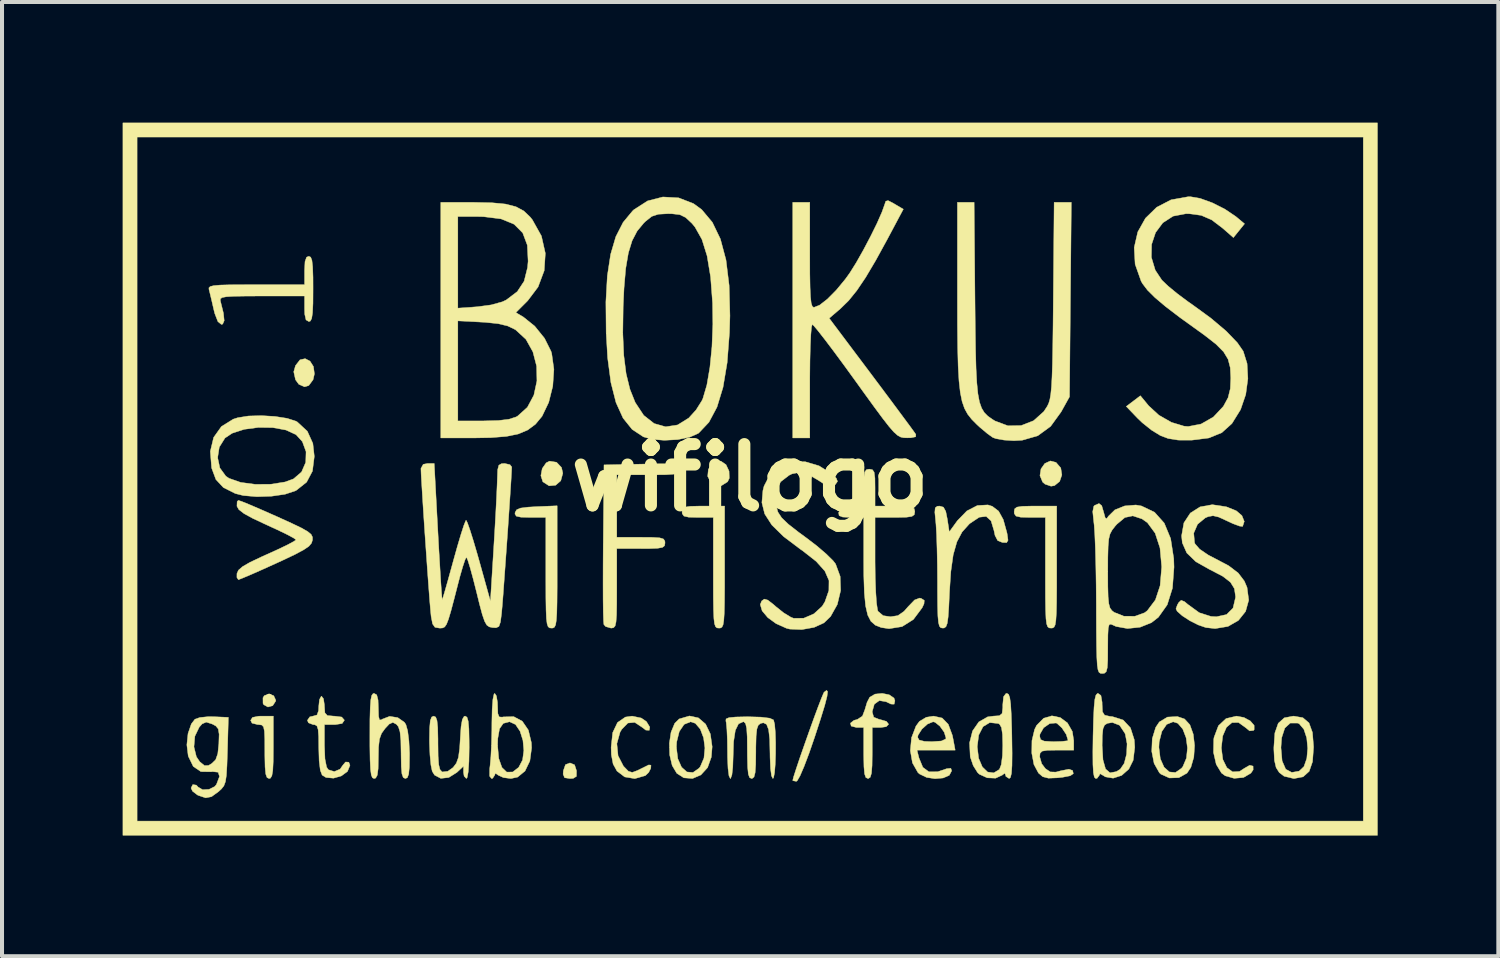
<source format=kicad_pcb>
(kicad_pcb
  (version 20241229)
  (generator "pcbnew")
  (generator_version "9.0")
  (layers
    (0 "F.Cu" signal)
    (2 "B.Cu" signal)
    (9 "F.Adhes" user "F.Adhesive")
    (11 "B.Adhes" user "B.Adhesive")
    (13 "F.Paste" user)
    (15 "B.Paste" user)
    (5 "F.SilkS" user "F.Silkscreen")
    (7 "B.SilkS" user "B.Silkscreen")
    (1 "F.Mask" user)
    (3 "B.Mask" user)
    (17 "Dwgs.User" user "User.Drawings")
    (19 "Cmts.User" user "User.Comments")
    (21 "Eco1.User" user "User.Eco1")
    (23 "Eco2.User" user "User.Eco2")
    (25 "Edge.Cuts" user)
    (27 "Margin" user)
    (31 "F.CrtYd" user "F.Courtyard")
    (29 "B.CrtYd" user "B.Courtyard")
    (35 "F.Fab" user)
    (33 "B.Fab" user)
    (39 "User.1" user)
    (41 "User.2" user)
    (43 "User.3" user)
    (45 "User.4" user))
  (footprint "wifilogo"
    (layer "F.Cu")
    (at 15.598 8.824)
    (property "Reference" "wifilogo" (at 0 0 0) (layer "F.SilkS") (effects (font (size 1.524 1.524) (thickness 0.3))))
    (attr through_hole)
    (fp_poly (pts (xy -11.843 5.421) (xy -11.793 5.532) (xy -11.796 5.555) (xy -11.869 5.668) (xy -11.988 5.701) (xy -12.092 5.643) (xy -12.11 5.61) (xy -12.111 5.472) (xy -12.079 5.419) (xy -11.959 5.373) (xy -11.843 5.421)) (stroke (width 0.01) (type solid)) (fill yes) (layer "F.SilkS"))
    (fp_poly (pts (xy -4.365 7.138) (xy -4.317 7.285) (xy -4.319 7.425) (xy -4.399 7.475) (xy -4.48 7.479) (xy -4.613 7.459) (xy -4.65 7.371) (xy -4.644 7.285) (xy -4.592 7.134) (xy -4.48 7.091) (xy -4.365 7.138)) (stroke (width 0.01) (type solid)) (fill yes) (layer "F.SilkS"))
    (fp_poly (pts (xy 15.593 8.89) (xy -15.593 8.89) (xy -15.593 -8.467) (xy -15.24 -8.467) (xy -15.24 8.537) (xy 15.24 8.537) (xy 15.24 -8.467) (xy -15.24 -8.467) (xy -15.593 -8.467) (xy -15.593 -8.819) (xy 15.593 -8.819) (xy 15.593 8.89)) (stroke (width 0.01) (type solid)) (fill yes) (layer "F.SilkS"))
    (fp_poly (pts (xy -10.942 -2.897) (xy -10.857 -2.764) (xy -10.832 -2.58) (xy -10.866 -2.434) (xy -10.973 -2.29) (xy -11.077 -2.258) (xy -11.22 -2.321) (xy -11.302 -2.434) (xy -11.346 -2.632) (xy -11.302 -2.787) (xy -11.19 -2.93) (xy -11.062 -2.959) (xy -10.942 -2.897)) (stroke (width 0.01) (type solid)) (fill yes) (layer "F.SilkS"))
    (fp_poly (pts (xy -4.813 -0.383) (xy -4.69 -0.253) (xy -4.657 -0.111) (xy -4.709 0.078) (xy -4.836 0.188) (xy -4.998 0.203) (xy -5.152 0.104) (xy -5.154 0.102) (xy -5.203 -0.05) (xy -5.169 -0.228) (xy -5.071 -0.369) (xy -4.987 -0.411) (xy -4.813 -0.383)) (stroke (width 0.01) (type solid)) (fill yes) (layer "F.SilkS"))
    (fp_poly (pts (xy -0.728 -0.411) (xy -0.601 -0.324) (xy -0.525 -0.162) (xy -0.519 0.013) (xy -0.561 0.102) (xy -0.72 0.201) (xy -0.897 0.182) (xy -0.974 0.127) (xy -1.056 -0.033) (xy -1.04 -0.207) (xy -0.946 -0.349) (xy -0.795 -0.415) (xy -0.728 -0.411)) (stroke (width 0.01) (type solid)) (fill yes) (layer "F.SilkS"))
    (fp_poly (pts (xy 7.602 -0.38) (xy 7.721 -0.242) (xy 7.748 -0.068) (xy 7.693 0.093) (xy 7.566 0.197) (xy 7.479 0.212) (xy 7.33 0.161) (xy 7.27 0.11) (xy 7.203 -0.052) (xy 7.229 -0.218) (xy 7.323 -0.352) (xy 7.46 -0.416) (xy 7.602 -0.38)) (stroke (width 0.01) (type solid)) (fill yes) (layer "F.SilkS"))
    (fp_poly (pts (xy -11.853 6.703) (xy -11.856 7.05) (xy -11.867 7.279) (xy -11.89 7.411) (xy -11.926 7.47) (xy -11.959 7.479) (xy -12.01 7.455) (xy -12.042 7.367) (xy -12.059 7.192) (xy -12.065 6.906) (xy -12.065 6.809) (xy -12.066 6.498) (xy -12.075 6.302) (xy -12.097 6.195) (xy -12.14 6.149) (xy -12.212 6.139) (xy -12.241 6.138) (xy -12.383 6.102) (xy -12.418 6.032) (xy -12.371 5.959) (xy -12.217 5.929) (xy -12.136 5.927) (xy -11.853 5.927) (xy -11.853 6.703)) (stroke (width 0.01) (type solid)) (fill yes) (layer "F.SilkS"))
    (fp_poly (pts (xy 1.925 5.318) (xy 1.91 5.439) (xy 1.853 5.661) (xy 1.751 5.993) (xy 1.605 6.442) (xy 1.465 6.848) (xy 1.341 7.176) (xy 1.24 7.411) (xy 1.169 7.534) (xy 1.148 7.549) (xy 1.065 7.533) (xy 1.058 7.524) (xy 1.081 7.433) (xy 1.143 7.24) (xy 1.233 6.971) (xy 1.343 6.656) (xy 1.461 6.322) (xy 1.578 5.996) (xy 1.685 5.707) (xy 1.771 5.484) (xy 1.826 5.353) (xy 1.838 5.332) (xy 1.9 5.286) (xy 1.925 5.318)) (stroke (width 0.01) (type solid)) (fill yes) (layer "F.SilkS"))
    (fp_poly (pts (xy -4.798 2.219) (xy -4.798 2.719) (xy -4.801 3.096) (xy -4.807 3.366) (xy -4.819 3.547) (xy -4.837 3.658) (xy -4.864 3.715) (xy -4.901 3.737) (xy -4.939 3.739) (xy -4.987 3.734) (xy -5.023 3.705) (xy -5.048 3.633) (xy -5.065 3.502) (xy -5.074 3.291) (xy -5.079 2.983) (xy -5.08 2.56) (xy -5.08 2.364) (xy -5.08 0.988) (xy -5.473 0.988) (xy -5.698 0.982) (xy -5.813 0.957) (xy -5.847 0.903) (xy -5.843 0.864) (xy -5.806 0.798) (xy -5.708 0.756) (xy -5.519 0.732) (xy -5.309 0.72) (xy -4.798 0.699) (xy -4.798 2.219)) (stroke (width 0.01) (type solid)) (fill yes) (layer "F.SilkS"))
    (fp_poly (pts (xy -0.635 2.223) (xy -0.635 2.722) (xy -0.638 3.098) (xy -0.644 3.367) (xy -0.656 3.548) (xy -0.674 3.659) (xy -0.702 3.716) (xy -0.739 3.737) (xy -0.776 3.739) (xy -0.825 3.734) (xy -0.86 3.705) (xy -0.886 3.633) (xy -0.902 3.502) (xy -0.911 3.291) (xy -0.916 2.983) (xy -0.917 2.56) (xy -0.917 2.364) (xy -0.917 0.988) (xy -1.305 0.988) (xy -1.53 0.982) (xy -1.646 0.955) (xy -1.689 0.896) (xy -1.693 0.847) (xy -1.681 0.775) (xy -1.624 0.732) (xy -1.493 0.712) (xy -1.259 0.706) (xy -1.164 0.706) (xy -0.635 0.706) (xy -0.635 2.223)) (stroke (width 0.01) (type solid)) (fill yes) (layer "F.SilkS"))
    (fp_poly (pts (xy 7.62 2.223) (xy 7.62 2.722) (xy 7.617 3.098) (xy 7.611 3.367) (xy 7.599 3.548) (xy 7.581 3.659) (xy 7.553 3.716) (xy 7.516 3.737) (xy 7.479 3.739) (xy 7.43 3.734) (xy 7.395 3.705) (xy 7.369 3.633) (xy 7.353 3.502) (xy 7.344 3.291) (xy 7.339 2.983) (xy 7.338 2.56) (xy 7.338 2.364) (xy 7.338 0.988) (xy 6.95 0.988) (xy 6.725 0.982) (xy 6.609 0.955) (xy 6.566 0.896) (xy 6.562 0.847) (xy 6.574 0.775) (xy 6.631 0.732) (xy 6.762 0.712) (xy 6.996 0.706) (xy 7.091 0.706) (xy 7.62 0.706) (xy 7.62 2.223)) (stroke (width 0.01) (type solid)) (fill yes) (layer "F.SilkS"))
    (fp_poly (pts (xy 12.275 5.962) (xy 12.433 6.048) (xy 12.528 6.158) (xy 12.528 6.264) (xy 12.513 6.283) (xy 12.415 6.294) (xy 12.313 6.211) (xy 12.139 6.086) (xy 11.976 6.089) (xy 11.839 6.206) (xy 11.746 6.422) (xy 11.712 6.718) (xy 11.749 7.005) (xy 11.849 7.208) (xy 11.993 7.313) (xy 12.164 7.303) (xy 12.284 7.225) (xy 12.417 7.149) (xy 12.501 7.17) (xy 12.503 7.262) (xy 12.447 7.345) (xy 12.264 7.453) (xy 12.031 7.474) (xy 11.808 7.41) (xy 11.716 7.342) (xy 11.585 7.126) (xy 11.517 6.829) (xy 11.523 6.503) (xy 11.532 6.452) (xy 11.64 6.166) (xy 11.83 5.988) (xy 12.089 5.927) (xy 12.275 5.962)) (stroke (width 0.01) (type solid)) (fill yes) (layer "F.SilkS"))
    (fp_poly (pts (xy -2.707 5.975) (xy -2.579 6.063) (xy -2.496 6.199) (xy -2.508 6.28) (xy -2.594 6.275) (xy -2.684 6.206) (xy -2.87 6.083) (xy -3.04 6.099) (xy -3.193 6.256) (xy -3.235 6.328) (xy -3.314 6.612) (xy -3.284 6.912) (xy -3.152 7.168) (xy -3.148 7.173) (xy -3.027 7.298) (xy -2.931 7.327) (xy -2.797 7.277) (xy -2.778 7.267) (xy -2.62 7.189) (xy -2.523 7.141) (xy -2.522 7.14) (xy -2.466 7.147) (xy -2.471 7.225) (xy -2.523 7.327) (xy -2.605 7.405) (xy -2.606 7.406) (xy -2.868 7.481) (xy -3.119 7.439) (xy -3.311 7.293) (xy -3.407 7.119) (xy -3.451 6.887) (xy -3.457 6.703) (xy -3.417 6.337) (xy -3.298 6.086) (xy -3.102 5.951) (xy -2.934 5.927) (xy -2.707 5.975)) (stroke (width 0.01) (type solid)) (fill yes) (layer "F.SilkS"))
    (fp_poly (pts (xy -1.287 5.971) (xy -1.108 6.125) (xy -0.99 6.37) (xy -0.945 6.687) (xy -0.966 6.946) (xy -1.059 7.207) (xy -1.225 7.389) (xy -1.432 7.478) (xy -1.65 7.461) (xy -1.824 7.349) (xy -1.939 7.156) (xy -2.001 6.893) (xy -2.006 6.703) (xy -1.834 6.703) (xy -1.799 6.987) (xy -1.706 7.196) (xy -1.574 7.315) (xy -1.422 7.329) (xy -1.27 7.222) (xy -1.239 7.181) (xy -1.149 6.97) (xy -1.125 6.72) (xy -1.158 6.468) (xy -1.24 6.251) (xy -1.364 6.106) (xy -1.482 6.068) (xy -1.642 6.133) (xy -1.762 6.309) (xy -1.827 6.568) (xy -1.834 6.703) (xy -2.006 6.703) (xy -2.009 6.603) (xy -1.967 6.327) (xy -1.876 6.107) (xy -1.766 5.998) (xy -1.511 5.923) (xy -1.287 5.971)) (stroke (width 0.01) (type solid)) (fill yes) (layer "F.SilkS"))
    (fp_poly (pts (xy 10.797 5.998) (xy 10.93 6.142) (xy 11.014 6.376) (xy 11.047 6.658) (xy 11.028 6.947) (xy 10.955 7.2) (xy 10.858 7.345) (xy 10.657 7.457) (xy 10.421 7.465) (xy 10.21 7.37) (xy 10.171 7.334) (xy 10.041 7.103) (xy 9.982 6.803) (xy 9.986 6.703) (xy 10.16 6.703) (xy 10.195 6.987) (xy 10.288 7.196) (xy 10.42 7.315) (xy 10.572 7.329) (xy 10.724 7.222) (xy 10.756 7.181) (xy 10.845 6.97) (xy 10.87 6.72) (xy 10.837 6.468) (xy 10.754 6.251) (xy 10.631 6.106) (xy 10.513 6.068) (xy 10.353 6.133) (xy 10.233 6.309) (xy 10.167 6.568) (xy 10.16 6.703) (xy 9.986 6.703) (xy 9.995 6.486) (xy 10.081 6.206) (xy 10.171 6.072) (xy 10.373 5.951) (xy 10.62 5.938) (xy 10.797 5.998)) (stroke (width 0.01) (type solid)) (fill yes) (layer "F.SilkS"))
    (fp_poly (pts (xy 13.739 5.967) (xy 13.892 6.098) (xy 13.977 6.334) (xy 14.005 6.687) (xy 14.005 6.703) (xy 13.979 7.061) (xy 13.896 7.3) (xy 13.746 7.435) (xy 13.521 7.479) (xy 13.511 7.479) (xy 13.273 7.422) (xy 13.152 7.33) (xy 13.074 7.207) (xy 13.032 7.028) (xy 13.018 6.756) (xy 13.018 6.709) (xy 13.194 6.709) (xy 13.223 7.041) (xy 13.313 7.247) (xy 13.463 7.327) (xy 13.646 7.295) (xy 13.766 7.181) (xy 13.837 6.977) (xy 13.859 6.726) (xy 13.835 6.471) (xy 13.764 6.255) (xy 13.649 6.118) (xy 13.611 6.101) (xy 13.425 6.1) (xy 13.29 6.224) (xy 13.212 6.464) (xy 13.194 6.709) (xy 13.018 6.709) (xy 13.018 6.703) (xy 13.043 6.345) (xy 13.127 6.105) (xy 13.277 5.97) (xy 13.502 5.927) (xy 13.511 5.927) (xy 13.739 5.967)) (stroke (width 0.01) (type solid)) (fill yes) (layer "F.SilkS"))
    (fp_poly (pts (xy 3.456 5.397) (xy 3.575 5.478) (xy 3.598 5.546) (xy 3.579 5.63) (xy 3.5 5.628) (xy 3.378 5.569) (xy 3.211 5.541) (xy 3.086 5.63) (xy 3.034 5.814) (xy 3.034 5.825) (xy 3.071 5.954) (xy 3.205 6.008) (xy 3.222 6.01) (xy 3.387 6.058) (xy 3.442 6.129) (xy 3.382 6.19) (xy 3.251 6.209) (xy 3.034 6.209) (xy 3.034 6.844) (xy 3.03 7.154) (xy 3.015 7.347) (xy 2.985 7.447) (xy 2.936 7.479) (xy 2.928 7.479) (xy 2.876 7.454) (xy 2.844 7.364) (xy 2.828 7.184) (xy 2.822 6.89) (xy 2.822 6.844) (xy 2.822 6.209) (xy 2.64 6.209) (xy 2.511 6.175) (xy 2.492 6.102) (xy 2.58 6.032) (xy 2.661 6.011) (xy 2.79 5.928) (xy 2.85 5.771) (xy 2.906 5.584) (xy 2.972 5.457) (xy 3.104 5.38) (xy 3.282 5.362) (xy 3.456 5.397)) (stroke (width 0.01) (type solid)) (fill yes) (layer "F.SilkS"))
    (fp_poly (pts (xy -12.64 0.591) (xy -12.455 0.666) (xy -12.191 0.779) (xy -11.873 0.919) (xy -11.762 0.968) (xy -11.404 1.131) (xy -11.155 1.25) (xy -10.998 1.34) (xy -10.913 1.411) (xy -10.88 1.478) (xy -10.88 1.549) (xy -10.905 1.628) (xy -10.971 1.706) (xy -11.101 1.794) (xy -11.312 1.907) (xy -11.626 2.056) (xy -11.783 2.128) (xy -12.108 2.275) (xy -12.388 2.399) (xy -12.598 2.488) (xy -12.711 2.533) (xy -12.723 2.535) (xy -12.759 2.481) (xy -12.758 2.383) (xy -12.72 2.299) (xy -12.619 2.211) (xy -12.434 2.104) (xy -12.143 1.966) (xy -12.012 1.907) (xy -11.723 1.776) (xy -11.489 1.663) (xy -11.336 1.58) (xy -11.289 1.544) (xy -11.349 1.5) (xy -11.513 1.412) (xy -11.755 1.295) (xy -12.012 1.177) (xy -12.355 1.017) (xy -12.583 0.892) (xy -12.711 0.793) (xy -12.758 0.709) (xy -12.753 0.593) (xy -12.723 0.564) (xy -12.64 0.591)) (stroke (width 0.01) (type solid)) (fill yes) (layer "F.SilkS"))
    (fp_poly (pts (xy 4.773 5.975) (xy 4.924 6.13) (xy 5.026 6.405) (xy 5.047 6.509) (xy 5.096 6.773) (xy 4.147 6.773) (xy 4.196 6.967) (xy 4.292 7.2) (xy 4.443 7.312) (xy 4.662 7.31) (xy 4.886 7.234) (xy 4.988 7.224) (xy 5.009 7.287) (xy 4.949 7.399) (xy 4.797 7.465) (xy 4.595 7.483) (xy 4.386 7.451) (xy 4.21 7.366) (xy 4.17 7.33) (xy 4.034 7.09) (xy 3.981 6.785) (xy 4.011 6.465) (xy 4.014 6.456) (xy 4.163 6.456) (xy 4.201 6.522) (xy 4.331 6.555) (xy 4.516 6.562) (xy 4.754 6.546) (xy 4.861 6.496) (xy 4.868 6.472) (xy 4.823 6.327) (xy 4.717 6.178) (xy 4.595 6.08) (xy 4.547 6.068) (xy 4.41 6.123) (xy 4.268 6.251) (xy 4.174 6.399) (xy 4.163 6.456) (xy 4.014 6.456) (xy 4.121 6.176) (xy 4.207 6.058) (xy 4.377 5.956) (xy 4.56 5.927) (xy 4.773 5.975)) (stroke (width 0.01) (type solid)) (fill yes) (layer "F.SilkS"))
    (fp_poly (pts (xy -10.925 -5.482) (xy -10.894 -5.402) (xy -10.876 -5.242) (xy -10.867 -4.981) (xy -10.866 -4.692) (xy -10.868 -4.336) (xy -10.879 -4.098) (xy -10.9 -3.958) (xy -10.934 -3.893) (xy -10.971 -3.881) (xy -11.041 -3.922) (xy -11.073 -4.063) (xy -11.077 -4.198) (xy -11.077 -4.516) (xy -12.14 -4.516) (xy -12.548 -4.514) (xy -12.835 -4.509) (xy -13.021 -4.498) (xy -13.126 -4.478) (xy -13.169 -4.446) (xy -13.171 -4.402) (xy -13.169 -4.392) (xy -13.094 -4.09) (xy -13.075 -3.903) (xy -13.112 -3.818) (xy -13.146 -3.81) (xy -13.231 -3.879) (xy -13.31 -4.083) (xy -13.334 -4.18) (xy -13.388 -4.414) (xy -13.434 -4.606) (xy -13.452 -4.674) (xy -13.455 -4.719) (xy -13.422 -4.752) (xy -13.335 -4.774) (xy -13.175 -4.788) (xy -12.923 -4.795) (xy -12.559 -4.797) (xy -12.281 -4.798) (xy -11.077 -4.798) (xy -11.077 -5.151) (xy -11.066 -5.372) (xy -11.027 -5.481) (xy -10.971 -5.503) (xy -10.925 -5.482)) (stroke (width 0.01) (type solid)) (fill yes) (layer "F.SilkS"))
    (fp_poly (pts (xy -7.039 5.955) (xy -7.009 6.053) (xy -6.992 6.242) (xy -6.986 6.542) (xy -6.985 6.703) (xy -6.991 7.053) (xy -7.008 7.309) (xy -7.035 7.454) (xy -7.056 7.479) (xy -7.111 7.419) (xy -7.126 7.325) (xy -7.126 7.172) (xy -7.289 7.325) (xy -7.492 7.453) (xy -7.69 7.475) (xy -7.846 7.393) (xy -7.904 7.298) (xy -7.936 7.144) (xy -7.96 6.895) (xy -7.972 6.6) (xy -7.973 6.522) (xy -7.968 6.223) (xy -7.952 6.041) (xy -7.918 5.95) (xy -7.867 5.927) (xy -7.817 5.951) (xy -7.785 6.038) (xy -7.767 6.213) (xy -7.761 6.499) (xy -7.761 6.599) (xy -7.757 6.924) (xy -7.742 7.133) (xy -7.712 7.253) (xy -7.663 7.309) (xy -7.649 7.315) (xy -7.517 7.299) (xy -7.385 7.205) (xy -7.304 7.098) (xy -7.252 6.953) (xy -7.222 6.733) (xy -7.207 6.49) (xy -7.187 6.191) (xy -7.156 6.012) (xy -7.111 5.934) (xy -7.083 5.927) (xy -7.039 5.955)) (stroke (width 0.01) (type solid)) (fill yes) (layer "F.SilkS"))
    (fp_poly (pts (xy -1.898 -0.335) (xy -1.809 -0.312) (xy -1.772 -0.274) (xy -1.764 -0.218) (xy -1.764 -0.214) (xy -1.772 -0.151) (xy -1.814 -0.11) (xy -1.914 -0.086) (xy -2.095 -0.074) (xy -2.384 -0.071) (xy -2.54 -0.071) (xy -3.316 -0.071) (xy -3.316 1.482) (xy -2.716 1.482) (xy -2.425 1.484) (xy -2.247 1.496) (xy -2.154 1.525) (xy -2.121 1.576) (xy -2.117 1.623) (xy -2.128 1.691) (xy -2.18 1.733) (xy -2.3 1.755) (xy -2.516 1.763) (xy -2.716 1.764) (xy -3.316 1.764) (xy -3.316 2.752) (xy -3.317 3.142) (xy -3.322 3.414) (xy -3.335 3.587) (xy -3.357 3.685) (xy -3.394 3.728) (xy -3.447 3.739) (xy -3.459 3.739) (xy -3.592 3.701) (xy -3.637 3.65) (xy -3.645 3.559) (xy -3.652 3.345) (xy -3.656 3.029) (xy -3.657 2.628) (xy -3.656 2.164) (xy -3.653 1.654) (xy -3.652 1.622) (xy -3.634 -0.318) (xy -2.699 -0.337) (xy -2.32 -0.344) (xy -2.061 -0.344) (xy -1.898 -0.335)) (stroke (width 0.01) (type solid)) (fill yes) (layer "F.SilkS"))
    (fp_poly (pts (xy -10.607 5.495) (xy -10.584 5.647) (xy -10.583 5.68) (xy -10.572 5.845) (xy -10.511 5.913) (xy -10.355 5.927) (xy -10.336 5.927) (xy -10.154 5.95) (xy -10.09 6.023) (xy -10.089 6.032) (xy -10.143 6.111) (xy -10.314 6.138) (xy -10.336 6.138) (xy -10.583 6.138) (xy -10.583 6.659) (xy -10.57 6.991) (xy -10.53 7.193) (xy -10.486 7.26) (xy -10.338 7.306) (xy -10.193 7.245) (xy -10.132 7.156) (xy -10.058 7.067) (xy -9.977 7.073) (xy -9.948 7.15) (xy -10.01 7.302) (xy -10.162 7.414) (xy -10.357 7.47) (xy -10.544 7.453) (xy -10.64 7.394) (xy -10.686 7.275) (xy -10.715 7.038) (xy -10.724 6.724) (xy -10.727 6.436) (xy -10.74 6.262) (xy -10.769 6.173) (xy -10.822 6.141) (xy -10.866 6.138) (xy -10.98 6.094) (xy -11.007 6.032) (xy -10.948 5.946) (xy -10.866 5.927) (xy -10.768 5.899) (xy -10.729 5.791) (xy -10.724 5.68) (xy -10.707 5.516) (xy -10.663 5.435) (xy -10.654 5.433) (xy -10.607 5.495)) (stroke (width 0.01) (type solid)) (fill yes) (layer "F.SilkS"))
    (fp_poly (pts (xy 7.708 5.963) (xy 7.887 6.096) (xy 8.008 6.309) (xy 8.043 6.536) (xy 8.043 6.773) (xy 7.62 6.773) (xy 7.385 6.777) (xy 7.258 6.798) (xy 7.206 6.849) (xy 7.197 6.939) (xy 7.247 7.111) (xy 7.339 7.233) (xy 7.46 7.314) (xy 7.599 7.319) (xy 7.727 7.285) (xy 7.924 7.247) (xy 8.015 7.279) (xy 8.033 7.357) (xy 7.956 7.41) (xy 7.767 7.447) (xy 7.639 7.461) (xy 7.414 7.47) (xy 7.272 7.433) (xy 7.166 7.342) (xy 7.054 7.133) (xy 7 6.847) (xy 7.004 6.538) (xy 7.029 6.431) (xy 7.197 6.431) (xy 7.219 6.51) (xy 7.308 6.549) (xy 7.498 6.561) (xy 7.549 6.562) (xy 7.751 6.556) (xy 7.878 6.541) (xy 7.902 6.53) (xy 7.857 6.383) (xy 7.75 6.221) (xy 7.63 6.11) (xy 7.604 6.098) (xy 7.445 6.112) (xy 7.294 6.217) (xy 7.204 6.373) (xy 7.197 6.431) (xy 7.029 6.431) (xy 7.07 6.259) (xy 7.121 6.156) (xy 7.296 5.98) (xy 7.501 5.92) (xy 7.708 5.963)) (stroke (width 0.01) (type solid)) (fill yes) (layer "F.SilkS"))
    (fp_poly (pts (xy -11.812 -1.522) (xy -11.512 -1.475) (xy -11.294 -1.405) (xy -11.259 -1.386) (xy -11.008 -1.154) (xy -10.871 -0.852) (xy -10.835 -0.529) (xy -10.881 -0.163) (xy -11.026 0.111) (xy -11.28 0.313) (xy -11.307 0.327) (xy -11.562 0.412) (xy -11.9 0.461) (xy -12.263 0.473) (xy -12.599 0.444) (xy -12.799 0.394) (xy -13.095 0.245) (xy -13.281 0.046) (xy -13.385 -0.234) (xy -13.388 -0.247) (xy -13.408 -0.497) (xy -13.238 -0.497) (xy -13.183 -0.242) (xy -13.035 -0.039) (xy -12.955 0.016) (xy -12.667 0.117) (xy -12.303 0.166) (xy -11.916 0.163) (xy -11.562 0.107) (xy -11.352 0.03) (xy -11.152 -0.142) (xy -11.048 -0.381) (xy -11.04 -0.646) (xy -11.132 -0.897) (xy -11.289 -1.069) (xy -11.538 -1.184) (xy -11.864 -1.244) (xy -12.225 -1.249) (xy -12.577 -1.202) (xy -12.876 -1.105) (xy -13.055 -0.986) (xy -13.197 -0.759) (xy -13.238 -0.497) (xy -13.408 -0.497) (xy -13.42 -0.655) (xy -13.337 -1.001) (xy -13.144 -1.272) (xy -12.851 -1.454) (xy -12.74 -1.49) (xy -12.473 -1.533) (xy -12.148 -1.542) (xy -11.812 -1.522)) (stroke (width 0.01) (type solid)) (fill yes) (layer "F.SilkS"))
    (fp_poly (pts (xy -9.283 5.399) (xy -9.25 5.528) (xy -9.243 5.724) (xy -9.237 5.931) (xy -9.215 6.022) (xy -9.166 6.019) (xy -9.141 6.001) (xy -8.962 5.933) (xy -8.76 5.965) (xy -8.595 6.081) (xy -8.558 6.138) (xy -8.514 6.294) (xy -8.483 6.545) (xy -8.468 6.844) (xy -8.468 6.897) (xy -8.472 7.191) (xy -8.489 7.37) (xy -8.523 7.458) (xy -8.572 7.479) (xy -8.624 7.454) (xy -8.657 7.363) (xy -8.673 7.182) (xy -8.678 6.886) (xy -8.678 6.853) (xy -8.684 6.528) (xy -8.705 6.317) (xy -8.745 6.19) (xy -8.792 6.132) (xy -8.882 6.084) (xy -8.971 6.123) (xy -9.074 6.233) (xy -9.164 6.357) (xy -9.215 6.498) (xy -9.238 6.698) (xy -9.243 6.954) (xy -9.248 7.232) (xy -9.269 7.394) (xy -9.309 7.467) (xy -9.349 7.479) (xy -9.39 7.46) (xy -9.419 7.389) (xy -9.438 7.247) (xy -9.449 7.015) (xy -9.454 6.672) (xy -9.454 6.421) (xy -9.453 6.006) (xy -9.445 5.714) (xy -9.431 5.523) (xy -9.408 5.414) (xy -9.374 5.368) (xy -9.349 5.362) (xy -9.283 5.399)) (stroke (width 0.01) (type solid)) (fill yes) (layer "F.SilkS"))
    (fp_poly (pts (xy 6.019 0.712) (xy 6.175 0.831) (xy 6.291 1.041) (xy 6.381 1.365) (xy 6.388 1.399) (xy 6.41 1.556) (xy 6.376 1.614) (xy 6.27 1.611) (xy 6.152 1.563) (xy 6.086 1.436) (xy 6.061 1.316) (xy 5.988 1.073) (xy 5.867 0.963) (xy 5.695 0.983) (xy 5.469 1.133) (xy 5.441 1.157) (xy 5.267 1.351) (xy 5.138 1.596) (xy 5.047 1.916) (xy 4.988 2.333) (xy 4.955 2.834) (xy 4.938 3.208) (xy 4.921 3.462) (xy 4.899 3.62) (xy 4.867 3.704) (xy 4.823 3.736) (xy 4.788 3.739) (xy 4.739 3.731) (xy 4.704 3.691) (xy 4.681 3.6) (xy 4.666 3.438) (xy 4.659 3.186) (xy 4.656 2.822) (xy 4.656 2.593) (xy 4.653 2.172) (xy 4.645 1.77) (xy 4.634 1.422) (xy 4.619 1.163) (xy 4.611 1.076) (xy 4.59 0.86) (xy 4.6 0.75) (xy 4.651 0.71) (xy 4.709 0.706) (xy 4.804 0.733) (xy 4.862 0.838) (xy 4.9 1.027) (xy 4.949 1.348) (xy 5.151 1.069) (xy 5.386 0.827) (xy 5.647 0.692) (xy 5.909 0.677) (xy 6.019 0.712)) (stroke (width 0.01) (type solid)) (fill yes) (layer "F.SilkS"))
    (fp_poly (pts (xy 8.719 5.414) (xy 8.748 5.582) (xy 8.749 5.64) (xy 8.758 5.82) (xy 8.809 5.903) (xy 8.941 5.934) (xy 9.006 5.94) (xy 9.271 6.024) (xy 9.453 6.218) (xy 9.548 6.515) (xy 9.56 6.703) (xy 9.521 7.025) (xy 9.412 7.244) (xy 9.234 7.402) (xy 9.023 7.47) (xy 8.829 7.437) (xy 8.78 7.405) (xy 8.696 7.359) (xy 8.678 7.4) (xy 8.623 7.473) (xy 8.59 7.479) (xy 8.555 7.445) (xy 8.532 7.334) (xy 8.52 7.128) (xy 8.518 6.812) (xy 8.52 6.658) (xy 8.749 6.658) (xy 8.77 7.015) (xy 8.834 7.241) (xy 8.944 7.337) (xy 9.102 7.307) (xy 9.199 7.247) (xy 9.298 7.102) (xy 9.357 6.873) (xy 9.369 6.614) (xy 9.325 6.38) (xy 9.316 6.356) (xy 9.183 6.155) (xy 9.005 6.086) (xy 8.88 6.106) (xy 8.811 6.148) (xy 8.771 6.239) (xy 8.753 6.412) (xy 8.749 6.658) (xy 8.52 6.658) (xy 8.523 6.421) (xy 8.534 6.003) (xy 8.548 5.707) (xy 8.567 5.515) (xy 8.594 5.407) (xy 8.63 5.365) (xy 8.647 5.362) (xy 8.719 5.414)) (stroke (width 0.01) (type solid)) (fill yes) (layer "F.SilkS"))
    (fp_poly (pts (xy -6.308 5.425) (xy -6.282 5.584) (xy -6.279 5.673) (xy -6.272 5.864) (xy -6.239 5.947) (xy -6.164 5.953) (xy -6.139 5.947) (xy -5.878 5.94) (xy -5.665 6.054) (xy -5.514 6.275) (xy -5.439 6.587) (xy -5.433 6.717) (xy -5.477 7.043) (xy -5.597 7.292) (xy -5.78 7.443) (xy -5.947 7.479) (xy -6.134 7.455) (xy -6.263 7.396) (xy -6.265 7.394) (xy -6.335 7.345) (xy -6.35 7.394) (xy -6.402 7.474) (xy -6.43 7.479) (xy -6.477 7.42) (xy -6.476 7.238) (xy -6.465 7.152) (xy -6.446 6.937) (xy -6.432 6.658) (xy -6.279 6.658) (xy -6.25 6.98) (xy -6.171 7.204) (xy -6.052 7.319) (xy -5.903 7.316) (xy -5.755 7.202) (xy -5.658 7.018) (xy -5.626 6.781) (xy -5.649 6.53) (xy -5.721 6.302) (xy -5.834 6.135) (xy -5.979 6.068) (xy -5.985 6.068) (xy -6.138 6.108) (xy -6.231 6.242) (xy -6.274 6.485) (xy -6.279 6.658) (xy -6.432 6.658) (xy -6.431 6.631) (xy -6.422 6.284) (xy -6.421 6.093) (xy -6.414 5.757) (xy -6.396 5.513) (xy -6.368 5.381) (xy -6.35 5.362) (xy -6.308 5.425)) (stroke (width 0.01) (type solid)) (fill yes) (layer "F.SilkS"))
    (fp_poly (pts (xy 5.588 -4.427) (xy 5.595 -3.735) (xy 5.603 -3.169) (xy 5.615 -2.715) (xy 5.634 -2.358) (xy 5.661 -2.085) (xy 5.7 -1.88) (xy 5.753 -1.729) (xy 5.821 -1.617) (xy 5.908 -1.53) (xy 6.016 -1.453) (xy 6.089 -1.408) (xy 6.407 -1.29) (xy 6.737 -1.296) (xy 7.046 -1.417) (xy 7.3 -1.645) (xy 7.387 -1.778) (xy 7.422 -1.853) (xy 7.45 -1.947) (xy 7.472 -2.077) (xy 7.49 -2.257) (xy 7.503 -2.502) (xy 7.514 -2.828) (xy 7.522 -3.25) (xy 7.529 -3.783) (xy 7.535 -4.427) (xy 7.556 -6.844) (xy 7.983 -6.844) (xy 7.938 -2.011) (xy 7.729 -1.635) (xy 7.468 -1.275) (xy 7.149 -1.042) (xy 6.763 -0.931) (xy 6.555 -0.919) (xy 6.311 -0.935) (xy 6.108 -0.971) (xy 6.032 -0.999) (xy 5.9 -1.093) (xy 5.72 -1.243) (xy 5.625 -1.331) (xy 5.505 -1.453) (xy 5.407 -1.577) (xy 5.329 -1.719) (xy 5.268 -1.894) (xy 5.223 -2.117) (xy 5.191 -2.403) (xy 5.17 -2.768) (xy 5.158 -3.227) (xy 5.152 -3.795) (xy 5.151 -4.488) (xy 5.151 -4.564) (xy 5.151 -6.844) (xy 5.567 -6.844) (xy 5.588 -4.427)) (stroke (width 0.01) (type solid)) (fill yes) (layer "F.SilkS"))
    (fp_poly (pts (xy 6.423 5.385) (xy 6.453 5.467) (xy 6.475 5.626) (xy 6.49 5.882) (xy 6.502 6.252) (xy 6.505 6.421) (xy 6.511 6.85) (xy 6.508 7.154) (xy 6.495 7.349) (xy 6.47 7.452) (xy 6.438 7.479) (xy 6.356 7.426) (xy 6.35 7.394) (xy 6.329 7.345) (xy 6.265 7.394) (xy 6.101 7.47) (xy 5.892 7.461) (xy 5.699 7.373) (xy 5.654 7.332) (xy 5.545 7.158) (xy 5.471 6.943) (xy 5.47 6.938) (xy 5.458 6.687) (xy 5.644 6.687) (xy 5.679 6.974) (xy 5.771 7.19) (xy 5.902 7.317) (xy 6.055 7.338) (xy 6.195 7.253) (xy 6.241 7.136) (xy 6.271 6.912) (xy 6.279 6.661) (xy 6.272 6.381) (xy 6.247 6.212) (xy 6.199 6.128) (xy 6.168 6.111) (xy 5.955 6.088) (xy 5.789 6.188) (xy 5.681 6.398) (xy 5.644 6.687) (xy 5.458 6.687) (xy 5.453 6.592) (xy 5.528 6.296) (xy 5.683 6.072) (xy 5.902 5.946) (xy 6.045 5.927) (xy 6.195 5.917) (xy 6.262 5.862) (xy 6.279 5.721) (xy 6.279 5.644) (xy 6.298 5.446) (xy 6.358 5.366) (xy 6.382 5.362) (xy 6.423 5.385)) (stroke (width 0.01) (type solid)) (fill yes) (layer "F.SilkS"))
    (fp_poly (pts (xy -13.339 5.942) (xy -12.971 5.958) (xy -12.994 6.795) (xy -13.006 7.152) (xy -13.02 7.396) (xy -13.044 7.556) (xy -13.083 7.661) (xy -13.145 7.739) (xy -13.215 7.803) (xy -13.39 7.93) (xy -13.536 7.959) (xy -13.716 7.899) (xy -13.741 7.887) (xy -13.862 7.794) (xy -13.899 7.715) (xy -13.856 7.629) (xy -13.766 7.643) (xy -13.723 7.691) (xy -13.612 7.756) (xy -13.452 7.748) (xy -13.309 7.677) (xy -13.267 7.625) (xy -13.192 7.428) (xy -13.225 7.322) (xy -13.366 7.306) (xy -13.397 7.311) (xy -13.654 7.307) (xy -13.844 7.178) (xy -13.967 6.926) (xy -13.97 6.913) (xy -13.997 6.692) (xy -13.827 6.692) (xy -13.766 6.938) (xy -13.683 7.061) (xy -13.565 7.157) (xy -13.466 7.154) (xy -13.383 7.105) (xy -13.287 7.011) (xy -13.234 6.861) (xy -13.208 6.613) (xy -13.208 6.606) (xy -13.201 6.377) (xy -13.222 6.246) (xy -13.284 6.171) (xy -13.375 6.123) (xy -13.521 6.076) (xy -13.624 6.121) (xy -13.696 6.202) (xy -13.804 6.427) (xy -13.827 6.692) (xy -13.997 6.692) (xy -14.003 6.641) (xy -13.974 6.36) (xy -13.892 6.122) (xy -13.803 6.005) (xy -13.681 5.962) (xy -13.475 5.941) (xy -13.339 5.942)) (stroke (width 0.01) (type solid)) (fill yes) (layer "F.SilkS"))
    (fp_poly (pts (xy 11.837 0.724) (xy 12.083 0.823) (xy 12.223 0.942) (xy 12.282 1.088) (xy 12.241 1.212) (xy 12.163 1.203) (xy 12.002 1.143) (xy 11.858 1.076) (xy 11.646 0.979) (xy 11.506 0.946) (xy 11.386 0.968) (xy 11.313 0.999) (xy 11.121 1.158) (xy 11.026 1.378) (xy 11.046 1.614) (xy 11.058 1.644) (xy 11.172 1.776) (xy 11.387 1.923) (xy 11.547 2.006) (xy 11.896 2.19) (xy 12.133 2.371) (xy 12.284 2.57) (xy 12.351 2.727) (xy 12.393 3.044) (xy 12.315 3.325) (xy 12.136 3.549) (xy 11.877 3.698) (xy 11.558 3.751) (xy 11.329 3.726) (xy 11.139 3.661) (xy 10.929 3.555) (xy 10.741 3.433) (xy 10.615 3.321) (xy 10.584 3.26) (xy 10.619 3.163) (xy 10.651 3.106) (xy 10.713 3.048) (xy 10.799 3.082) (xy 10.879 3.15) (xy 11.164 3.357) (xy 11.454 3.449) (xy 11.591 3.457) (xy 11.842 3.402) (xy 12.003 3.241) (xy 12.064 2.981) (xy 12.065 2.951) (xy 12.037 2.758) (xy 11.939 2.599) (xy 11.749 2.452) (xy 11.445 2.293) (xy 11.432 2.288) (xy 11.079 2.089) (xy 10.853 1.871) (xy 10.742 1.62) (xy 10.724 1.446) (xy 10.782 1.122) (xy 10.942 0.879) (xy 11.184 0.726) (xy 11.488 0.671) (xy 11.837 0.724)) (stroke (width 0.01) (type solid)) (fill yes) (layer "F.SilkS"))
    (fp_poly (pts (xy 3.04 -0.197) (xy 3.082 -0.134) (xy 3.101 0.011) (xy 3.104 0.247) (xy 3.104 0.706) (xy 3.598 0.706) (xy 3.858 0.709) (xy 4.007 0.727) (xy 4.075 0.766) (xy 4.092 0.835) (xy 4.092 0.847) (xy 4.079 0.921) (xy 4.019 0.963) (xy 3.882 0.983) (xy 3.638 0.988) (xy 3.598 0.988) (xy 3.104 0.988) (xy 3.104 2.086) (xy 3.109 2.491) (xy 3.122 2.844) (xy 3.141 3.118) (xy 3.166 3.287) (xy 3.177 3.321) (xy 3.306 3.43) (xy 3.488 3.457) (xy 3.671 3.429) (xy 3.825 3.322) (xy 3.927 3.206) (xy 4.087 3.04) (xy 4.212 2.993) (xy 4.25 3.001) (xy 4.328 3.05) (xy 4.321 3.135) (xy 4.274 3.235) (xy 4.057 3.525) (xy 3.776 3.702) (xy 3.452 3.754) (xy 3.258 3.725) (xy 3.111 3.667) (xy 3.001 3.57) (xy 2.922 3.416) (xy 2.869 3.187) (xy 2.838 2.865) (xy 2.824 2.432) (xy 2.822 2.084) (xy 2.822 0.988) (xy 2.5 0.988) (xy 2.301 0.979) (xy 2.211 0.944) (xy 2.199 0.87) (xy 2.2 0.864) (xy 2.264 0.776) (xy 2.428 0.729) (xy 2.523 0.719) (xy 2.822 0.697) (xy 2.822 0.243) (xy 2.827 -0.004) (xy 2.847 -0.141) (xy 2.892 -0.2) (xy 2.963 -0.212) (xy 3.04 -0.197)) (stroke (width 0.01) (type solid)) (fill yes) (layer "F.SilkS"))
    (fp_poly (pts (xy 0.267 5.952) (xy 0.486 5.979) (xy 0.581 6.022) (xy 0.608 6.13) (xy 0.625 6.33) (xy 0.633 6.586) (xy 0.632 6.863) (xy 0.623 7.124) (xy 0.606 7.335) (xy 0.581 7.46) (xy 0.564 7.479) (xy 0.53 7.412) (xy 0.506 7.229) (xy 0.494 6.954) (xy 0.493 6.862) (xy 0.485 6.5) (xy 0.458 6.263) (xy 0.408 6.132) (xy 0.329 6.093) (xy 0.259 6.108) (xy 0.202 6.152) (xy 0.167 6.247) (xy 0.148 6.421) (xy 0.141 6.701) (xy 0.141 6.816) (xy 0.137 7.134) (xy 0.123 7.334) (xy 0.095 7.441) (xy 0.049 7.478) (xy 0.035 7.479) (xy -0.014 7.456) (xy -0.046 7.37) (xy -0.063 7.199) (xy -0.07 6.92) (xy -0.071 6.773) (xy -0.074 6.443) (xy -0.087 6.231) (xy -0.114 6.114) (xy -0.156 6.07) (xy -0.174 6.068) (xy -0.29 6.12) (xy -0.369 6.281) (xy -0.412 6.563) (xy -0.423 6.91) (xy -0.432 7.191) (xy -0.454 7.389) (xy -0.487 7.477) (xy -0.494 7.479) (xy -0.527 7.412) (xy -0.551 7.226) (xy -0.563 6.943) (xy -0.564 6.814) (xy -0.568 6.513) (xy -0.579 6.259) (xy -0.595 6.089) (xy -0.604 6.048) (xy -0.6 5.997) (xy -0.526 5.965) (xy -0.358 5.949) (xy -0.073 5.943) (xy -0.057 5.943) (xy 0.267 5.952)) (stroke (width 0.01) (type solid)) (fill yes) (layer "F.SilkS"))
    (fp_poly (pts (xy 3.552 -6.825) (xy 3.592 -6.801) (xy 3.807 -6.674) (xy 3.411 -5.93) (xy 3.12 -5.399) (xy 2.871 -4.979) (xy 2.651 -4.653) (xy 2.448 -4.402) (xy 2.249 -4.207) (xy 2.245 -4.203) (xy 1.964 -3.963) (xy 3.015 -2.564) (xy 3.307 -2.174) (xy 3.572 -1.819) (xy 3.798 -1.514) (xy 3.973 -1.278) (xy 4.084 -1.125) (xy 4.118 -1.076) (xy 4.114 -1.016) (xy 3.996 -0.992) (xy 3.902 -0.99) (xy 3.817 -0.993) (xy 3.742 -1.009) (xy 3.663 -1.053) (xy 3.57 -1.136) (xy 3.45 -1.274) (xy 3.291 -1.478) (xy 3.08 -1.763) (xy 2.806 -2.141) (xy 2.619 -2.401) (xy 2.337 -2.79) (xy 2.08 -3.138) (xy 1.86 -3.429) (xy 1.689 -3.648) (xy 1.579 -3.779) (xy 1.543 -3.81) (xy 1.524 -3.743) (xy 1.508 -3.556) (xy 1.495 -3.27) (xy 1.486 -2.906) (xy 1.482 -2.486) (xy 1.482 -2.399) (xy 1.482 -0.988) (xy 1.058 -0.988) (xy 1.058 -6.844) (xy 1.482 -6.844) (xy 1.482 -5.539) (xy 1.483 -5.071) (xy 1.489 -4.727) (xy 1.5 -4.489) (xy 1.517 -4.339) (xy 1.543 -4.26) (xy 1.578 -4.234) (xy 1.585 -4.233) (xy 1.726 -4.289) (xy 1.919 -4.439) (xy 2.14 -4.662) (xy 2.363 -4.932) (xy 2.478 -5.092) (xy 2.637 -5.346) (xy 2.815 -5.661) (xy 2.993 -5.999) (xy 3.153 -6.323) (xy 3.274 -6.598) (xy 3.337 -6.773) (xy 3.371 -6.872) (xy 3.428 -6.888) (xy 3.552 -6.825)) (stroke (width 0.01) (type solid)) (fill yes) (layer "F.SilkS"))
    (fp_poly (pts (xy 1.712 -0.294) (xy 2.01 -0.106) (xy 2.141 0.013) (xy 2.171 0.093) (xy 2.116 0.171) (xy 2.116 0.172) (xy 2.04 0.224) (xy 1.948 0.215) (xy 1.801 0.134) (xy 1.7 0.068) (xy 1.44 -0.083) (xy 1.234 -0.134) (xy 1.04 -0.095) (xy 0.966 -0.059) (xy 0.756 0.103) (xy 0.655 0.326) (xy 0.637 0.516) (xy 0.646 0.702) (xy 0.689 0.854) (xy 0.783 0.998) (xy 0.949 1.157) (xy 1.205 1.357) (xy 1.383 1.487) (xy 1.652 1.692) (xy 1.888 1.894) (xy 2.061 2.064) (xy 2.123 2.144) (xy 2.237 2.454) (xy 2.249 2.805) (xy 2.166 3.152) (xy 1.998 3.451) (xy 1.834 3.609) (xy 1.589 3.721) (xy 1.282 3.776) (xy 0.986 3.764) (xy 0.904 3.744) (xy 0.646 3.629) (xy 0.436 3.476) (xy 0.297 3.31) (xy 0.251 3.154) (xy 0.285 3.066) (xy 0.351 3.018) (xy 0.438 3.043) (xy 0.579 3.152) (xy 0.642 3.208) (xy 0.833 3.36) (xy 1.012 3.469) (xy 1.082 3.496) (xy 1.332 3.493) (xy 1.584 3.384) (xy 1.79 3.196) (xy 1.858 3.085) (xy 1.956 2.805) (xy 1.959 2.557) (xy 1.857 2.322) (xy 1.641 2.081) (xy 1.302 1.815) (xy 1.245 1.776) (xy 0.829 1.462) (xy 0.538 1.176) (xy 0.361 0.901) (xy 0.291 0.62) (xy 0.317 0.318) (xy 0.345 0.209) (xy 0.498 -0.085) (xy 0.736 -0.286) (xy 1.035 -0.392) (xy 1.369 -0.396) (xy 1.712 -0.294)) (stroke (width 0.01) (type solid)) (fill yes) (layer "F.SilkS"))
    (fp_poly (pts (xy -6.42 -6.834) (xy -6.077 -6.801) (xy -5.822 -6.735) (xy -5.627 -6.63) (xy -5.467 -6.477) (xy -5.414 -6.41) (xy -5.189 -6.007) (xy -5.092 -5.577) (xy -5.12 -5.147) (xy -5.273 -4.74) (xy -5.531 -4.398) (xy -5.825 -4.104) (xy -5.637 -3.993) (xy -5.356 -3.767) (xy -5.112 -3.465) (xy -4.951 -3.143) (xy -4.934 -3.088) (xy -4.879 -2.694) (xy -4.907 -2.275) (xy -5.008 -1.872) (xy -5.173 -1.527) (xy -5.34 -1.326) (xy -5.531 -1.185) (xy -5.762 -1.087) (xy -6.058 -1.026) (xy -6.447 -0.995) (xy -6.842 -0.988) (xy -7.691 -0.988) (xy -7.691 -1.411) (xy -7.267 -1.411) (xy -6.625 -1.411) (xy -6.257 -1.421) (xy -5.999 -1.452) (xy -5.822 -1.509) (xy -5.785 -1.528) (xy -5.538 -1.75) (xy -5.377 -2.052) (xy -5.301 -2.404) (xy -5.309 -2.773) (xy -5.401 -3.128) (xy -5.575 -3.44) (xy -5.831 -3.675) (xy -5.838 -3.68) (xy -6.027 -3.771) (xy -6.263 -3.828) (xy -6.588 -3.862) (xy -6.68 -3.867) (xy -7.267 -3.898) (xy -7.267 -1.411) (xy -7.691 -1.411) (xy -7.691 -6.491) (xy -7.267 -6.491) (xy -7.267 -4.214) (xy -6.779 -4.249) (xy -6.437 -4.295) (xy -6.16 -4.372) (xy -6.063 -4.418) (xy -5.789 -4.626) (xy -5.619 -4.884) (xy -5.534 -5.225) (xy -5.52 -5.381) (xy -5.54 -5.78) (xy -5.654 -6.084) (xy -5.869 -6.3) (xy -6.192 -6.433) (xy -6.629 -6.488) (xy -6.771 -6.491) (xy -7.267 -6.491) (xy -7.691 -6.491) (xy -7.691 -6.844) (xy -6.877 -6.844) (xy -6.42 -6.834)) (stroke (width 0.01) (type solid)) (fill yes) (layer "F.SilkS"))
    (fp_poly (pts (xy -1.778 -6.956) (xy -1.409 -6.813) (xy -1.204 -6.663) (xy -0.94 -6.348) (xy -0.74 -5.933) (xy -0.601 -5.412) (xy -0.523 -4.778) (xy -0.503 -4.024) (xy -0.515 -3.603) (xy -0.572 -2.861) (xy -0.675 -2.246) (xy -0.825 -1.754) (xy -1.025 -1.378) (xy -1.276 -1.113) (xy -1.29 -1.102) (xy -1.504 -1.006) (xy -1.803 -0.947) (xy -2.134 -0.929) (xy -2.444 -0.955) (xy -2.654 -1.015) (xy -2.934 -1.2) (xy -3.16 -1.481) (xy -3.335 -1.866) (xy -3.462 -2.364) (xy -3.544 -2.983) (xy -3.579 -3.592) (xy -3.166 -3.592) (xy -3.142 -3.042) (xy -3.084 -2.585) (xy -2.989 -2.198) (xy -2.858 -1.87) (xy -2.646 -1.549) (xy -2.387 -1.346) (xy -2.101 -1.265) (xy -1.804 -1.311) (xy -1.527 -1.483) (xy -1.345 -1.684) (xy -1.199 -1.916) (xy -1.175 -1.969) (xy -1.077 -2.302) (xy -1.001 -2.743) (xy -0.95 -3.257) (xy -0.928 -3.813) (xy -0.935 -4.341) (xy -0.984 -4.99) (xy -1.071 -5.513) (xy -1.199 -5.923) (xy -1.372 -6.23) (xy -1.448 -6.322) (xy -1.603 -6.467) (xy -1.749 -6.538) (xy -1.949 -6.561) (xy -2.044 -6.562) (xy -2.282 -6.549) (xy -2.445 -6.496) (xy -2.598 -6.375) (xy -2.646 -6.329) (xy -2.81 -6.13) (xy -2.935 -5.89) (xy -3.028 -5.587) (xy -3.094 -5.2) (xy -3.136 -4.71) (xy -3.157 -4.258) (xy -3.166 -3.592) (xy -3.579 -3.592) (xy -3.58 -3.598) (xy -3.587 -4.368) (xy -3.551 -5.015) (xy -3.469 -5.552) (xy -3.34 -5.991) (xy -3.159 -6.346) (xy -2.924 -6.63) (xy -2.89 -6.662) (xy -2.55 -6.88) (xy -2.169 -6.978) (xy -1.778 -6.956)) (stroke (width 0.01) (type solid)) (fill yes) (layer "F.SilkS"))
    (fp_poly (pts (xy 11.186 -6.942) (xy 11.487 -6.833) (xy 11.797 -6.677) (xy 12.065 -6.497) (xy 12.089 -6.478) (xy 12.289 -6.311) (xy 12.15 -6.139) (xy 12.012 -5.968) (xy 11.748 -6.199) (xy 11.473 -6.408) (xy 11.212 -6.521) (xy 10.909 -6.561) (xy 10.831 -6.562) (xy 10.513 -6.501) (xy 10.258 -6.336) (xy 10.077 -6.093) (xy 9.979 -5.799) (xy 9.973 -5.479) (xy 10.069 -5.159) (xy 10.233 -4.912) (xy 10.387 -4.764) (xy 10.618 -4.574) (xy 10.886 -4.374) (xy 10.988 -4.303) (xy 11.452 -3.965) (xy 11.832 -3.644) (xy 12.11 -3.355) (xy 12.256 -3.144) (xy 12.352 -2.837) (xy 12.372 -2.462) (xy 12.319 -2.068) (xy 12.194 -1.703) (xy 12.186 -1.685) (xy 11.975 -1.345) (xy 11.722 -1.117) (xy 11.398 -0.986) (xy 10.978 -0.933) (xy 10.642 -0.934) (xy 10.39 -0.974) (xy 10.195 -1.048) (xy 9.98 -1.18) (xy 9.746 -1.367) (xy 9.631 -1.477) (xy 9.349 -1.771) (xy 9.7 -2.037) (xy 9.907 -1.786) (xy 10.159 -1.554) (xy 10.47 -1.376) (xy 10.783 -1.281) (xy 10.89 -1.272) (xy 11.209 -1.334) (xy 11.514 -1.508) (xy 11.758 -1.768) (xy 11.766 -1.779) (xy 11.88 -1.989) (xy 11.935 -2.212) (xy 11.947 -2.476) (xy 11.934 -2.734) (xy 11.88 -2.943) (xy 11.768 -3.129) (xy 11.579 -3.319) (xy 11.294 -3.542) (xy 11.142 -3.651) (xy 10.681 -3.983) (xy 10.326 -4.254) (xy 10.063 -4.476) (xy 9.877 -4.661) (xy 9.755 -4.821) (xy 9.718 -4.885) (xy 9.569 -5.307) (xy 9.546 -5.722) (xy 9.635 -6.109) (xy 9.826 -6.45) (xy 10.105 -6.722) (xy 10.462 -6.907) (xy 10.885 -6.983) (xy 10.944 -6.984) (xy 11.186 -6.942)) (stroke (width 0.01) (type solid)) (fill yes) (layer "F.SilkS"))
    (fp_poly (pts (xy 8.739 0.696) (xy 8.787 0.859) (xy 8.826 1) (xy 8.864 1.018) (xy 8.905 0.958) (xy 9.066 0.8) (xy 9.31 0.702) (xy 9.587 0.679) (xy 9.726 0.703) (xy 10.051 0.858) (xy 10.293 1.129) (xy 10.452 1.513) (xy 10.529 2.012) (xy 10.536 2.224) (xy 10.497 2.746) (xy 10.367 3.16) (xy 10.147 3.47) (xy 9.975 3.604) (xy 9.693 3.717) (xy 9.379 3.75) (xy 9.096 3.699) (xy 9.035 3.671) (xy 8.966 3.641) (xy 8.924 3.655) (xy 8.901 3.738) (xy 8.892 3.912) (xy 8.89 4.202) (xy 8.89 4.231) (xy 8.888 4.533) (xy 8.877 4.721) (xy 8.851 4.822) (xy 8.805 4.862) (xy 8.749 4.868) (xy 8.705 4.863) (xy 8.671 4.838) (xy 8.646 4.775) (xy 8.628 4.658) (xy 8.617 4.471) (xy 8.61 4.197) (xy 8.606 3.82) (xy 8.604 3.323) (xy 8.604 3.157) (xy 8.6 2.658) (xy 8.595 2.33) (xy 8.89 2.33) (xy 8.891 2.704) (xy 8.898 2.963) (xy 8.915 3.132) (xy 8.944 3.237) (xy 8.991 3.303) (xy 9.047 3.347) (xy 9.288 3.443) (xy 9.561 3.445) (xy 9.806 3.357) (xy 9.872 3.306) (xy 10.073 3.039) (xy 10.19 2.685) (xy 10.229 2.226) (xy 10.229 2.207) (xy 10.187 1.747) (xy 10.067 1.38) (xy 9.875 1.119) (xy 9.739 1.024) (xy 9.512 0.949) (xy 9.315 0.99) (xy 9.116 1.156) (xy 9.069 1.209) (xy 8.996 1.304) (xy 8.945 1.4) (xy 8.914 1.526) (xy 8.898 1.711) (xy 8.891 1.982) (xy 8.89 2.33) (xy 8.595 2.33) (xy 8.592 2.185) (xy 8.581 1.764) (xy 8.567 1.421) (xy 8.551 1.179) (xy 8.541 1.094) (xy 8.515 0.843) (xy 8.542 0.71) (xy 8.563 0.689) (xy 8.672 0.642) (xy 8.739 0.696)) (stroke (width 0.01) (type solid)) (fill yes) (layer "F.SilkS"))
    (fp_poly (pts (xy -7.763 1.341) (xy -7.737 1.812) (xy -7.712 2.233) (xy -7.691 2.585) (xy -7.673 2.847) (xy -7.661 3.001) (xy -7.656 3.034) (xy -7.634 2.97) (xy -7.581 2.793) (xy -7.506 2.528) (xy -7.415 2.199) (xy -7.373 2.046) (xy -7.275 1.697) (xy -7.187 1.401) (xy -7.117 1.185) (xy -7.071 1.07) (xy -7.061 1.058) (xy -7.028 1.123) (xy -6.966 1.299) (xy -6.882 1.565) (xy -6.785 1.895) (xy -6.737 2.064) (xy -6.457 3.069) (xy -6.374 1.729) (xy -6.347 1.279) (xy -6.323 0.852) (xy -6.304 0.478) (xy -6.291 0.186) (xy -6.285 0.018) (xy -6.277 -0.198) (xy -6.248 -0.309) (xy -6.182 -0.348) (xy -6.103 -0.353) (xy -5.971 -0.323) (xy -5.927 -0.266) (xy -5.932 -0.149) (xy -5.945 0.083) (xy -5.966 0.408) (xy -5.992 0.799) (xy -6.021 1.233) (xy -6.053 1.685) (xy -6.085 2.131) (xy -6.115 2.546) (xy -6.141 2.905) (xy -6.163 3.184) (xy -6.179 3.358) (xy -6.18 3.373) (xy -6.208 3.589) (xy -6.246 3.698) (xy -6.316 3.731) (xy -6.406 3.726) (xy -6.485 3.709) (xy -6.547 3.665) (xy -6.601 3.57) (xy -6.659 3.402) (xy -6.73 3.137) (xy -6.803 2.84) (xy -6.886 2.513) (xy -6.96 2.243) (xy -7.018 2.056) (xy -7.052 1.977) (xy -7.054 1.976) (xy -7.087 2.039) (xy -7.144 2.209) (xy -7.215 2.455) (xy -7.251 2.593) (xy -7.359 3.013) (xy -7.439 3.315) (xy -7.5 3.519) (xy -7.549 3.645) (xy -7.594 3.71) (xy -7.643 3.735) (xy -7.705 3.74) (xy -7.725 3.739) (xy -7.835 3.72) (xy -7.895 3.635) (xy -7.931 3.449) (xy -7.932 3.44) (xy -7.946 3.296) (xy -7.968 3.039) (xy -7.994 2.694) (xy -8.024 2.285) (xy -8.055 1.838) (xy -8.087 1.379) (xy -8.117 0.932) (xy -8.143 0.523) (xy -8.164 0.177) (xy -8.179 -0.081) (xy -8.184 -0.225) (xy -8.184 -0.23) (xy -8.128 -0.332) (xy -8.019 -0.353) (xy -7.854 -0.353) (xy -7.763 1.341)) (stroke (width 0.01) (type solid)) (fill yes) (layer "F.SilkS")))
  (gr_rect
    (start -3 -3)
    (end 34.196 20.719)
    (stroke (width 0.1) (type default))
    (fill no)
    (layer "Edge.Cuts")))
</source>
